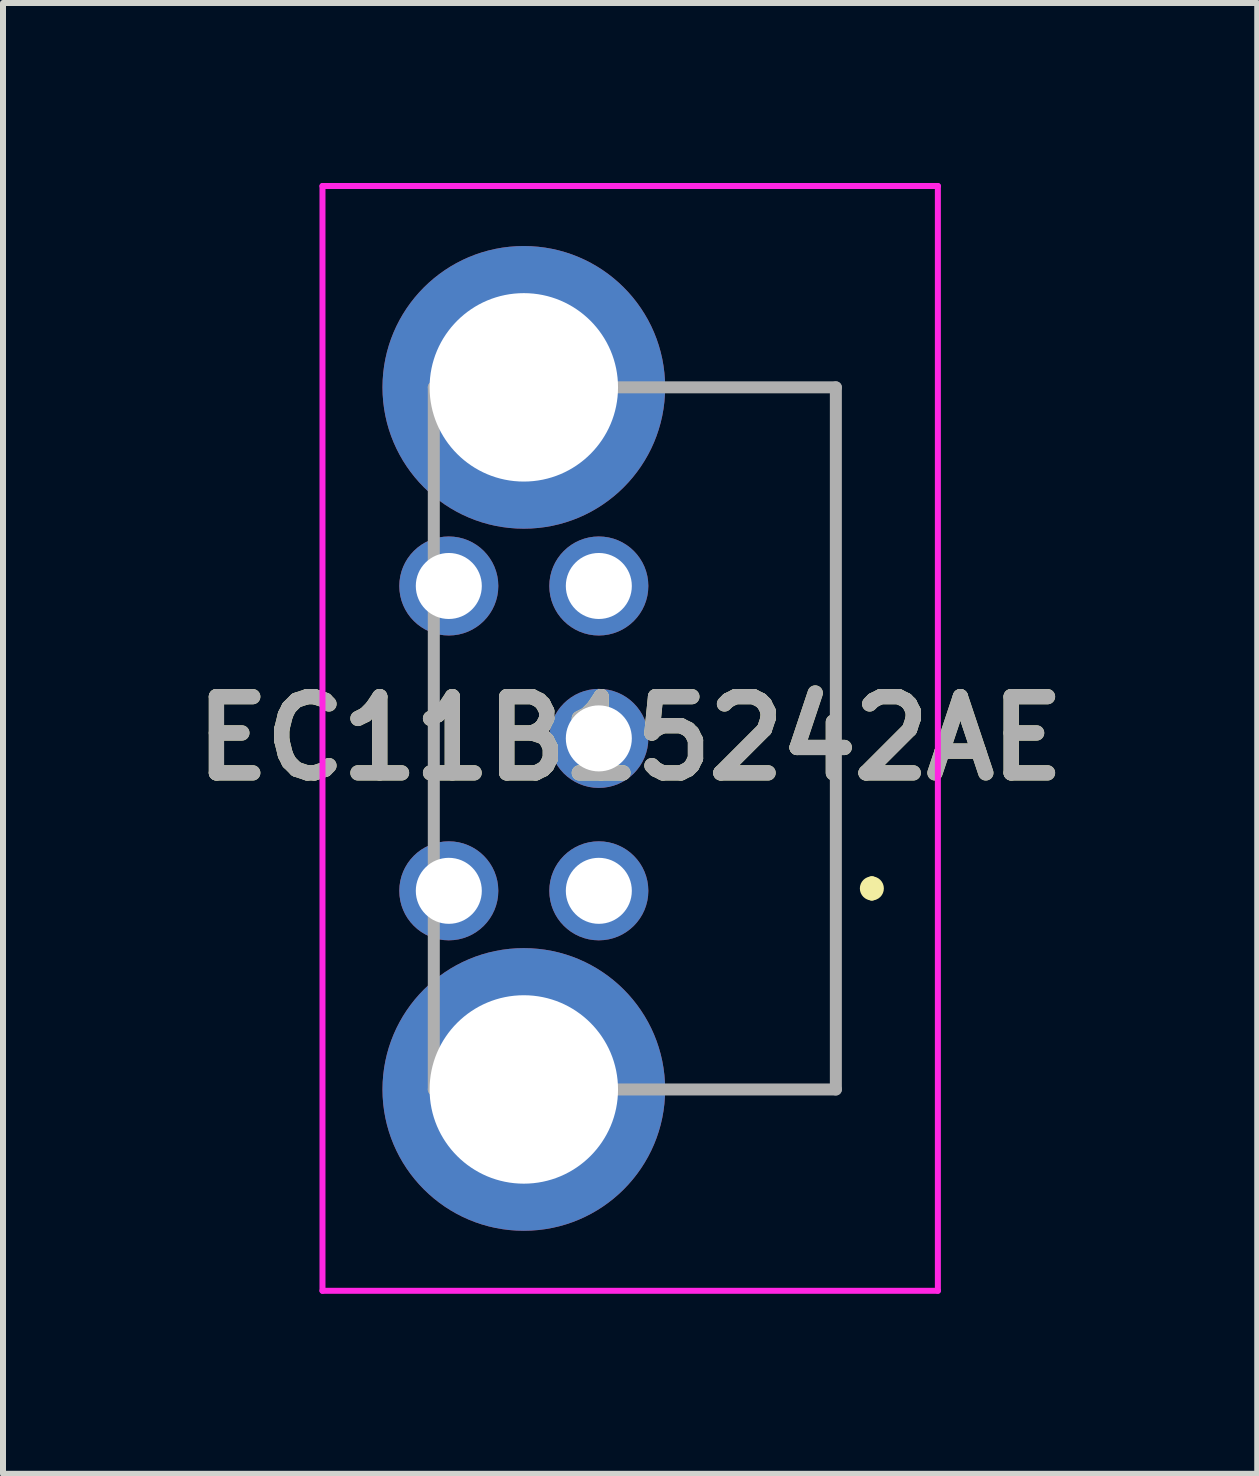
<source format=kicad_pcb>
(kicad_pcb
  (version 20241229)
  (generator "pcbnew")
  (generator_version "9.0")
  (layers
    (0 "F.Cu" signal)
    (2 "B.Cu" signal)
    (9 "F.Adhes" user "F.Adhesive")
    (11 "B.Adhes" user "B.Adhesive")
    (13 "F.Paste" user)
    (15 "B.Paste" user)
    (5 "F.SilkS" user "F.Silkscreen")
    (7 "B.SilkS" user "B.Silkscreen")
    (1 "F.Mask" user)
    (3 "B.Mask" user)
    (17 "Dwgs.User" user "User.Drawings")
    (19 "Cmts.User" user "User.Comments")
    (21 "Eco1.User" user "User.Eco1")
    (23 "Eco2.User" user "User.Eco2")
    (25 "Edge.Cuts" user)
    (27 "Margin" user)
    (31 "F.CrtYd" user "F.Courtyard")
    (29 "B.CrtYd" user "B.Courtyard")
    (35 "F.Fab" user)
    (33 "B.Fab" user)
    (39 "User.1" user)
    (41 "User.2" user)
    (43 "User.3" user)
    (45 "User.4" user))
  (footprint "EC11B15242AE"
    (layer "F.Cu")
    (at 7.879 9.255)
    (property "Reference" "EC11B15242AE" (at -0.428 0 0) (layer "F.SilkS") (effects (font (size 1.27 1.27) (thickness 0.254))))
    (attr through_hole)
    (fp_line (start -3.7 1) (end -3.7 -1) (stroke (width 0.1) (type solid)) (layer "F.SilkS"))
    (fp_line (start 0.8 -5.85) (end 3 -5.85) (stroke (width 0.1) (type solid)) (layer "F.SilkS"))
    (fp_line (start 3 -5.85) (end 3 5.85) (stroke (width 0.1) (type solid)) (layer "F.SilkS"))
    (fp_line (start 3 5.85) (end 0.8 5.85) (stroke (width 0.1) (type solid)) (layer "F.SilkS"))
    (fp_line (start 3.6 2.4) (end 3.6 2.4) (stroke (width 0.2) (type solid)) (layer "F.SilkS"))
    (fp_line (start 3.6 2.6) (end 3.6 2.6) (stroke (width 0.2) (type solid)) (layer "F.SilkS"))
    (fp_arc (start 3.6 2.4) (mid 3.7 2.5) (end 3.6 2.6) (stroke (width 0.2) (type solid)) (layer "F.SilkS"))
    (fp_arc (start 3.6 2.6) (mid 3.5 2.5) (end 3.6 2.4) (stroke (width 0.2) (type solid)) (layer "F.SilkS"))
    (fp_line (start -5.555 -9.205) (end 4.7 -9.205) (stroke (width 0.1) (type solid)) (layer "F.CrtYd"))
    (fp_line (start -5.555 9.205) (end -5.555 -9.205) (stroke (width 0.1) (type solid)) (layer "F.CrtYd"))
    (fp_line (start 4.7 -9.205) (end 4.7 9.205) (stroke (width 0.1) (type solid)) (layer "F.CrtYd"))
    (fp_line (start 4.7 9.205) (end -5.555 9.205) (stroke (width 0.1) (type solid)) (layer "F.CrtYd"))
    (fp_line (start -3.7 -5.85) (end 3 -5.85) (stroke (width 0.2) (type solid)) (layer "F.Fab"))
    (fp_line (start -3.7 5.85) (end -3.7 -5.85) (stroke (width 0.2) (type solid)) (layer "F.Fab"))
    (fp_line (start 3 -5.85) (end 3 5.85) (stroke (width 0.2) (type solid)) (layer "F.Fab"))
    (fp_line (start 3 5.85) (end -3.7 5.85) (stroke (width 0.2) (type solid)) (layer "F.Fab"))
    (fp_text user "${REFERENCE}" (at -0.428 0 0) (layer "F.Fab") (effects (font (size 1.27 1.27) (thickness 0.254))))
    (pad "1" thru_hole circle (at -0.95 2.54) (size 1.65 1.65) (drill 1.1) (layers "*.Cu" "*.Mask"))
    (pad "2" thru_hole circle (at -0.95 0) (size 1.65 1.65) (drill 1.1) (layers "*.Cu" "*.Mask"))
    (pad "3" thru_hole circle (at -0.95 -2.54) (size 1.65 1.65) (drill 1.1) (layers "*.Cu" "*.Mask"))
    (pad "4" thru_hole circle (at -3.45 -2.54) (size 1.65 1.65) (drill 1.1) (layers "*.Cu" "*.Mask"))
    (pad "5" thru_hole circle (at -3.45 2.54) (size 1.65 1.65) (drill 1.1) (layers "*.Cu" "*.Mask"))
    (pad "6" thru_hole circle (at -2.2 -5.85) (size 4.71 4.71) (drill 3.14) (layers "*.Cu" "*.Mask"))
    (pad "7" thru_hole circle (at -2.2 5.85) (size 4.71 4.71) (drill 3.14) (layers "*.Cu" "*.Mask")))
  (gr_rect
    (start -3 -3)
    (end 17.901 21.51)
    (stroke (width 0.1) (type default))
    (fill no)
    (layer "Edge.Cuts")))
</source>
